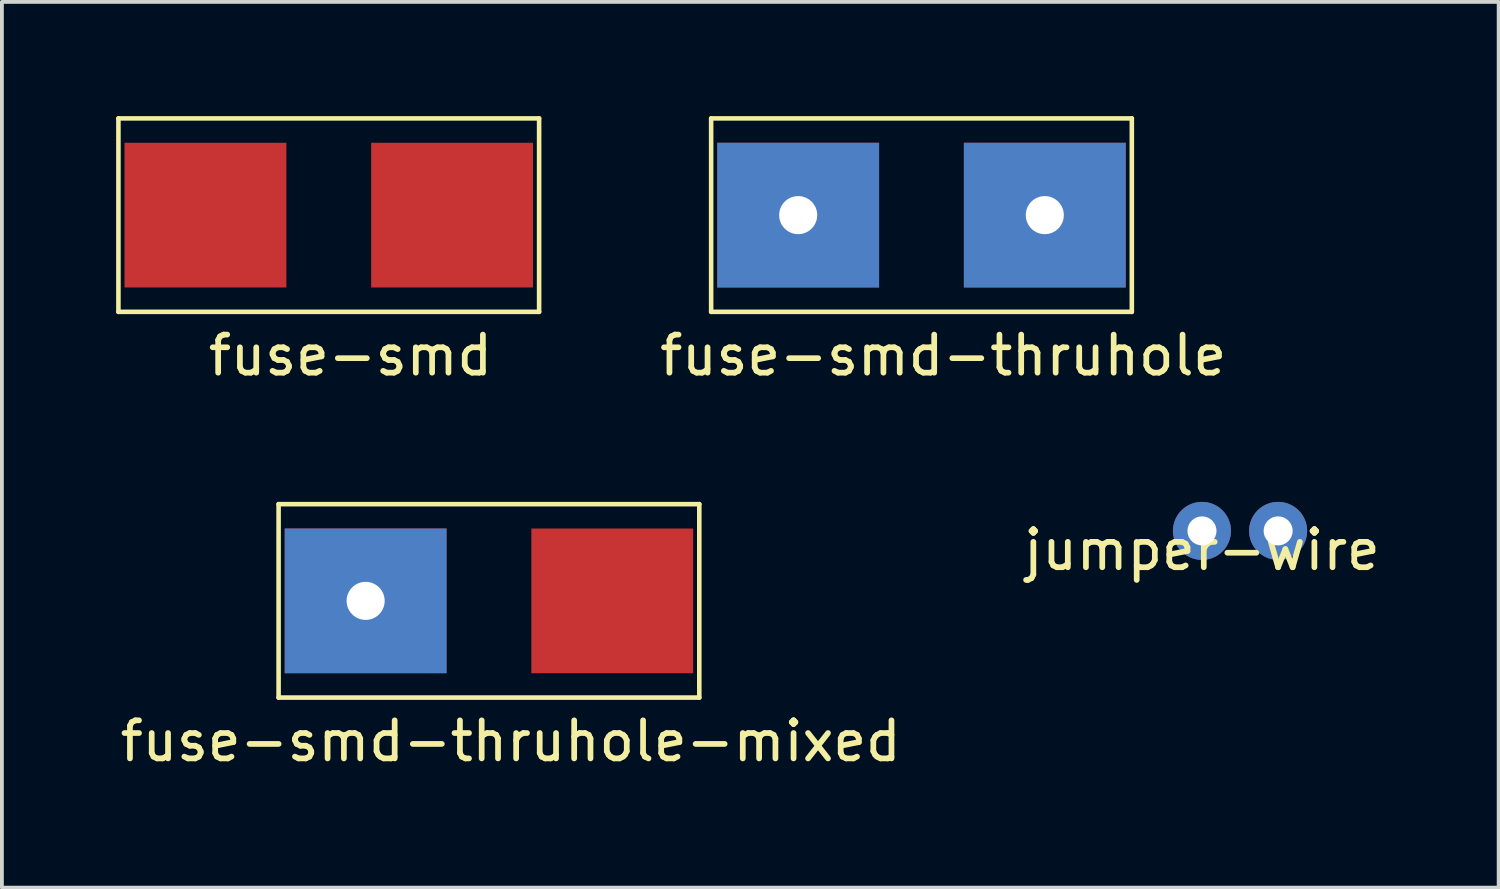
<source format=kicad_pcb>
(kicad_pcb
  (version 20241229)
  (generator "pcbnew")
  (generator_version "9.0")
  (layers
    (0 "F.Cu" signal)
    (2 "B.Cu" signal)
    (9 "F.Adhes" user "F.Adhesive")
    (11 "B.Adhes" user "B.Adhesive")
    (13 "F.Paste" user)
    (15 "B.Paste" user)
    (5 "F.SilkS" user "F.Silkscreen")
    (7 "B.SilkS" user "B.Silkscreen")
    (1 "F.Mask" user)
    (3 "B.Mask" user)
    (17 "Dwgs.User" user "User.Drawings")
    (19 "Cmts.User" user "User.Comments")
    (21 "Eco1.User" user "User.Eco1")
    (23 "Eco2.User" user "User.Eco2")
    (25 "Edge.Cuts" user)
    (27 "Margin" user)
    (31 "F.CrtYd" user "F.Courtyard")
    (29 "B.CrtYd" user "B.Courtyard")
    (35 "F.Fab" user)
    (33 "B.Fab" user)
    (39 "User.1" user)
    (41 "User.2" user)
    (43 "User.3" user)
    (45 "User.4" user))
  (footprint "fuse-smd"
    (layer "F.Cu")
    (at 6.283 2.6)
    (property "Reference" "fuse-smd" (at -0.127 3.683 0) (layer "F.SilkS") (effects (font (size 1 1) (thickness 0.15))))
    (attr through_hole)
    (fp_line (start -6.223 -2.54) (end 4.826 -2.54) (stroke (width 0.12) (type solid)) (layer "F.SilkS"))
    (fp_line (start -6.223 2.54) (end -6.223 -2.54) (stroke (width 0.12) (type solid)) (layer "F.SilkS"))
    (fp_line (start 4.826 -2.54) (end 4.826 2.54) (stroke (width 0.12) (type solid)) (layer "F.SilkS"))
    (fp_line (start 4.826 2.54) (end -6.223 2.54) (stroke (width 0.12) (type solid)) (layer "F.SilkS"))
    (pad "1" smd rect (at -3.937 0) (size 4.25 3.8) (layers "F.Cu" "F.Mask" "F.Paste"))
    (pad "2" smd rect (at 2.54 0) (size 4.25 3.8) (layers "F.Cu" "F.Mask" "F.Paste")))
  (footprint "fuse-smd-thruhole-mixed"
    (layer "F.Cu")
    (at 10.49 12.731)
    (property "Reference" "fuse-smd-thruhole-mixed" (at -0.127 3.683 0) (layer "F.SilkS") (effects (font (size 1 1) (thickness 0.15))))
    (attr through_hole)
    (fp_line (start -6.223 -2.54) (end 4.826 -2.54) (stroke (width 0.12) (type solid)) (layer "F.SilkS"))
    (fp_line (start -6.223 2.54) (end -6.223 -2.54) (stroke (width 0.12) (type solid)) (layer "F.SilkS"))
    (fp_line (start 4.826 -2.54) (end 4.826 2.54) (stroke (width 0.12) (type solid)) (layer "F.SilkS"))
    (fp_line (start 4.826 2.54) (end -6.223 2.54) (stroke (width 0.12) (type solid)) (layer "F.SilkS"))
    (pad "1" thru_hole rect (at -3.937 0) (size 4.25 3.8) (drill 1) (layers "*.Cu" "*.Mask"))
    (pad "2" smd rect (at 2.54 0) (size 4.25 3.8) (layers "F.Cu" "F.Mask" "F.Paste")))
  (footprint "fuse-smd-thruhole"
    (layer "F.Cu")
    (at 21.85 2.6)
    (property "Reference" "fuse-smd-thruhole" (at -0.127 3.683 0) (layer "F.SilkS") (effects (font (size 1 1) (thickness 0.15))))
    (attr through_hole)
    (fp_line (start -6.223 -2.54) (end 4.826 -2.54) (stroke (width 0.12) (type solid)) (layer "F.SilkS"))
    (fp_line (start -6.223 2.54) (end -6.223 -2.54) (stroke (width 0.12) (type solid)) (layer "F.SilkS"))
    (fp_line (start 4.826 -2.54) (end 4.826 2.54) (stroke (width 0.12) (type solid)) (layer "F.SilkS"))
    (fp_line (start 4.826 2.54) (end -6.223 2.54) (stroke (width 0.12) (type solid)) (layer "F.SilkS"))
    (pad "1" thru_hole rect (at -3.937 0) (size 4.25 3.8) (drill 1) (layers "*.Cu" "*.Mask"))
    (pad "2" thru_hole rect (at 2.54 0) (size 4.25 3.8) (drill 1) (layers "*.Cu" "*.Mask")))
  (footprint "jumper-wire"
    (layer "F.Cu")
    (at 28.518 10.893)
    (property "Reference" "jumper-wire" (at 0 0.5 0) (layer "F.SilkS") (effects (font (size 1 1) (thickness 0.15))))
    (attr through_hole)
    (pad "1" thru_hole circle (at 0 0) (size 1.524 1.524) (drill 0.762) (layers "*.Cu" "*.Mask"))
    (pad "2" thru_hole circle (at 2 0) (size 1.524 1.524) (drill 0.762) (layers "*.Cu" "*.Mask")))
  (gr_rect
    (start -3 -3)
    (end 36.31 20.262)
    (stroke (width 0.1) (type default))
    (fill no)
    (layer "Edge.Cuts")))
</source>
